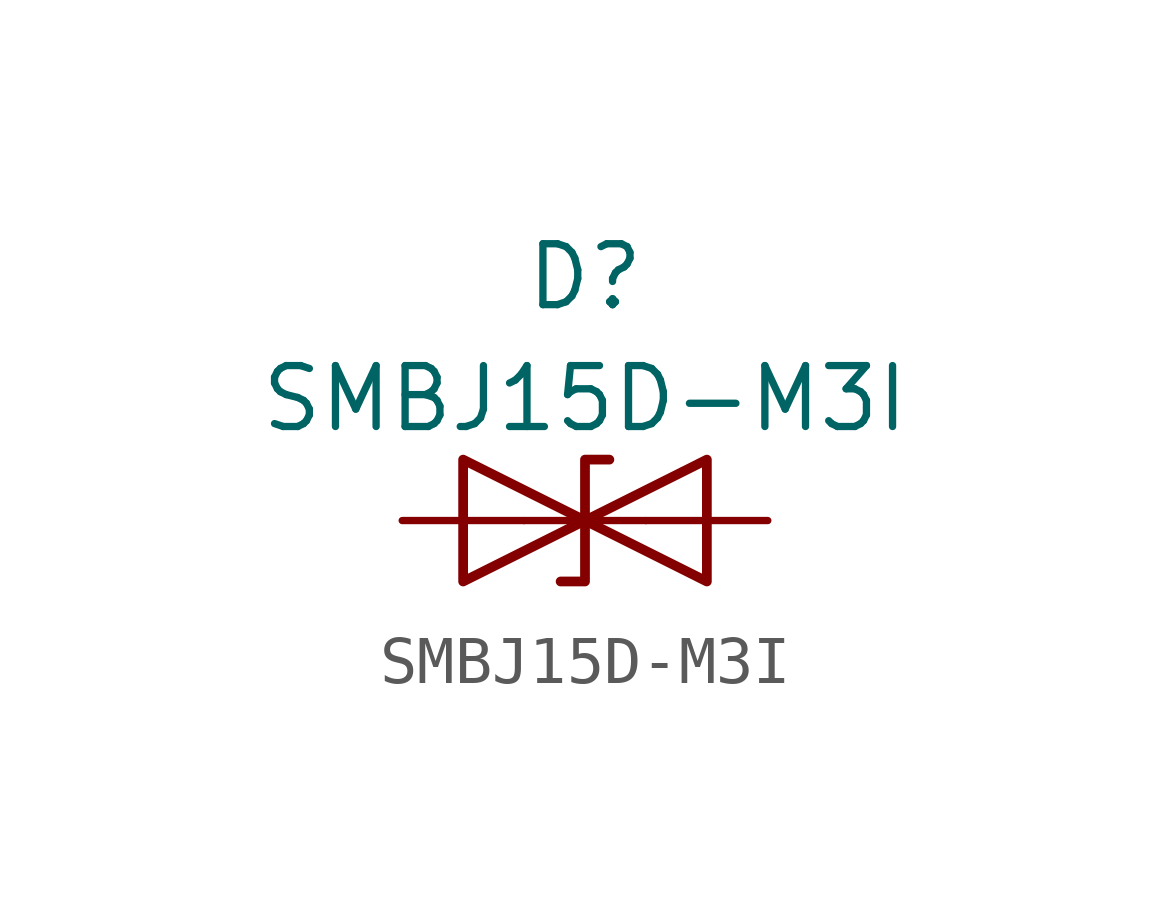
<source format=kicad_sym>
(kicad_symbol_lib
  (version 20231120)
  (generator "kicad_symbol_editor")
  (generator_version "8.0")
  (symbol "SMBJ15D-M3I"
    (pin_numbers hide)
    (pin_names hide)
    (property "Reference" "D"
      (at 0 5.08 0)
      (effects (font (size 1.27 1.27))))
    (property "Value" "SMBJ15D-M3I"
      (at 0 2.54 0)
      (effects (font (size 1.27 1.27))))
    (symbol "SMBJ15D-M3I_0_1"
      (polyline (pts (xy 1.27 0) (xy -1.27 0)) (stroke (width 0) (type default)) (fill (type none)))
      (polyline (pts (xy -2.54 -1.27) (xy 0 0) (xy -2.54 1.27) (xy -2.54 -1.27)) (stroke (width 0.203) (type default)) (fill (type none)))
      (polyline (pts (xy 0.508 1.27) (xy 0 1.27) (xy 0 -1.27) (xy -0.508 -1.27)) (stroke (width 0.203) (type default)) (fill (type none)))
      (polyline (pts (xy 2.54 1.27) (xy 2.54 -1.27) (xy 0 0) (xy 2.54 1.27)) (stroke (width 0.203) (type default)) (fill (type none))))
    (symbol "SMBJ15D-M3I_1_1"
      (pin passive line (at -3.81 0 0) (length 2.54) (name "K" (effects (font (size 1.27 1.27)))) (number "1" (effects (font (size 1.27 1.27)))))
      (pin passive line (at 3.81 0 180) (length 2.54) (name "A" (effects (font (size 1.27 1.27)))) (number "2" (effects (font (size 1.27 1.27))))))))
</source>
